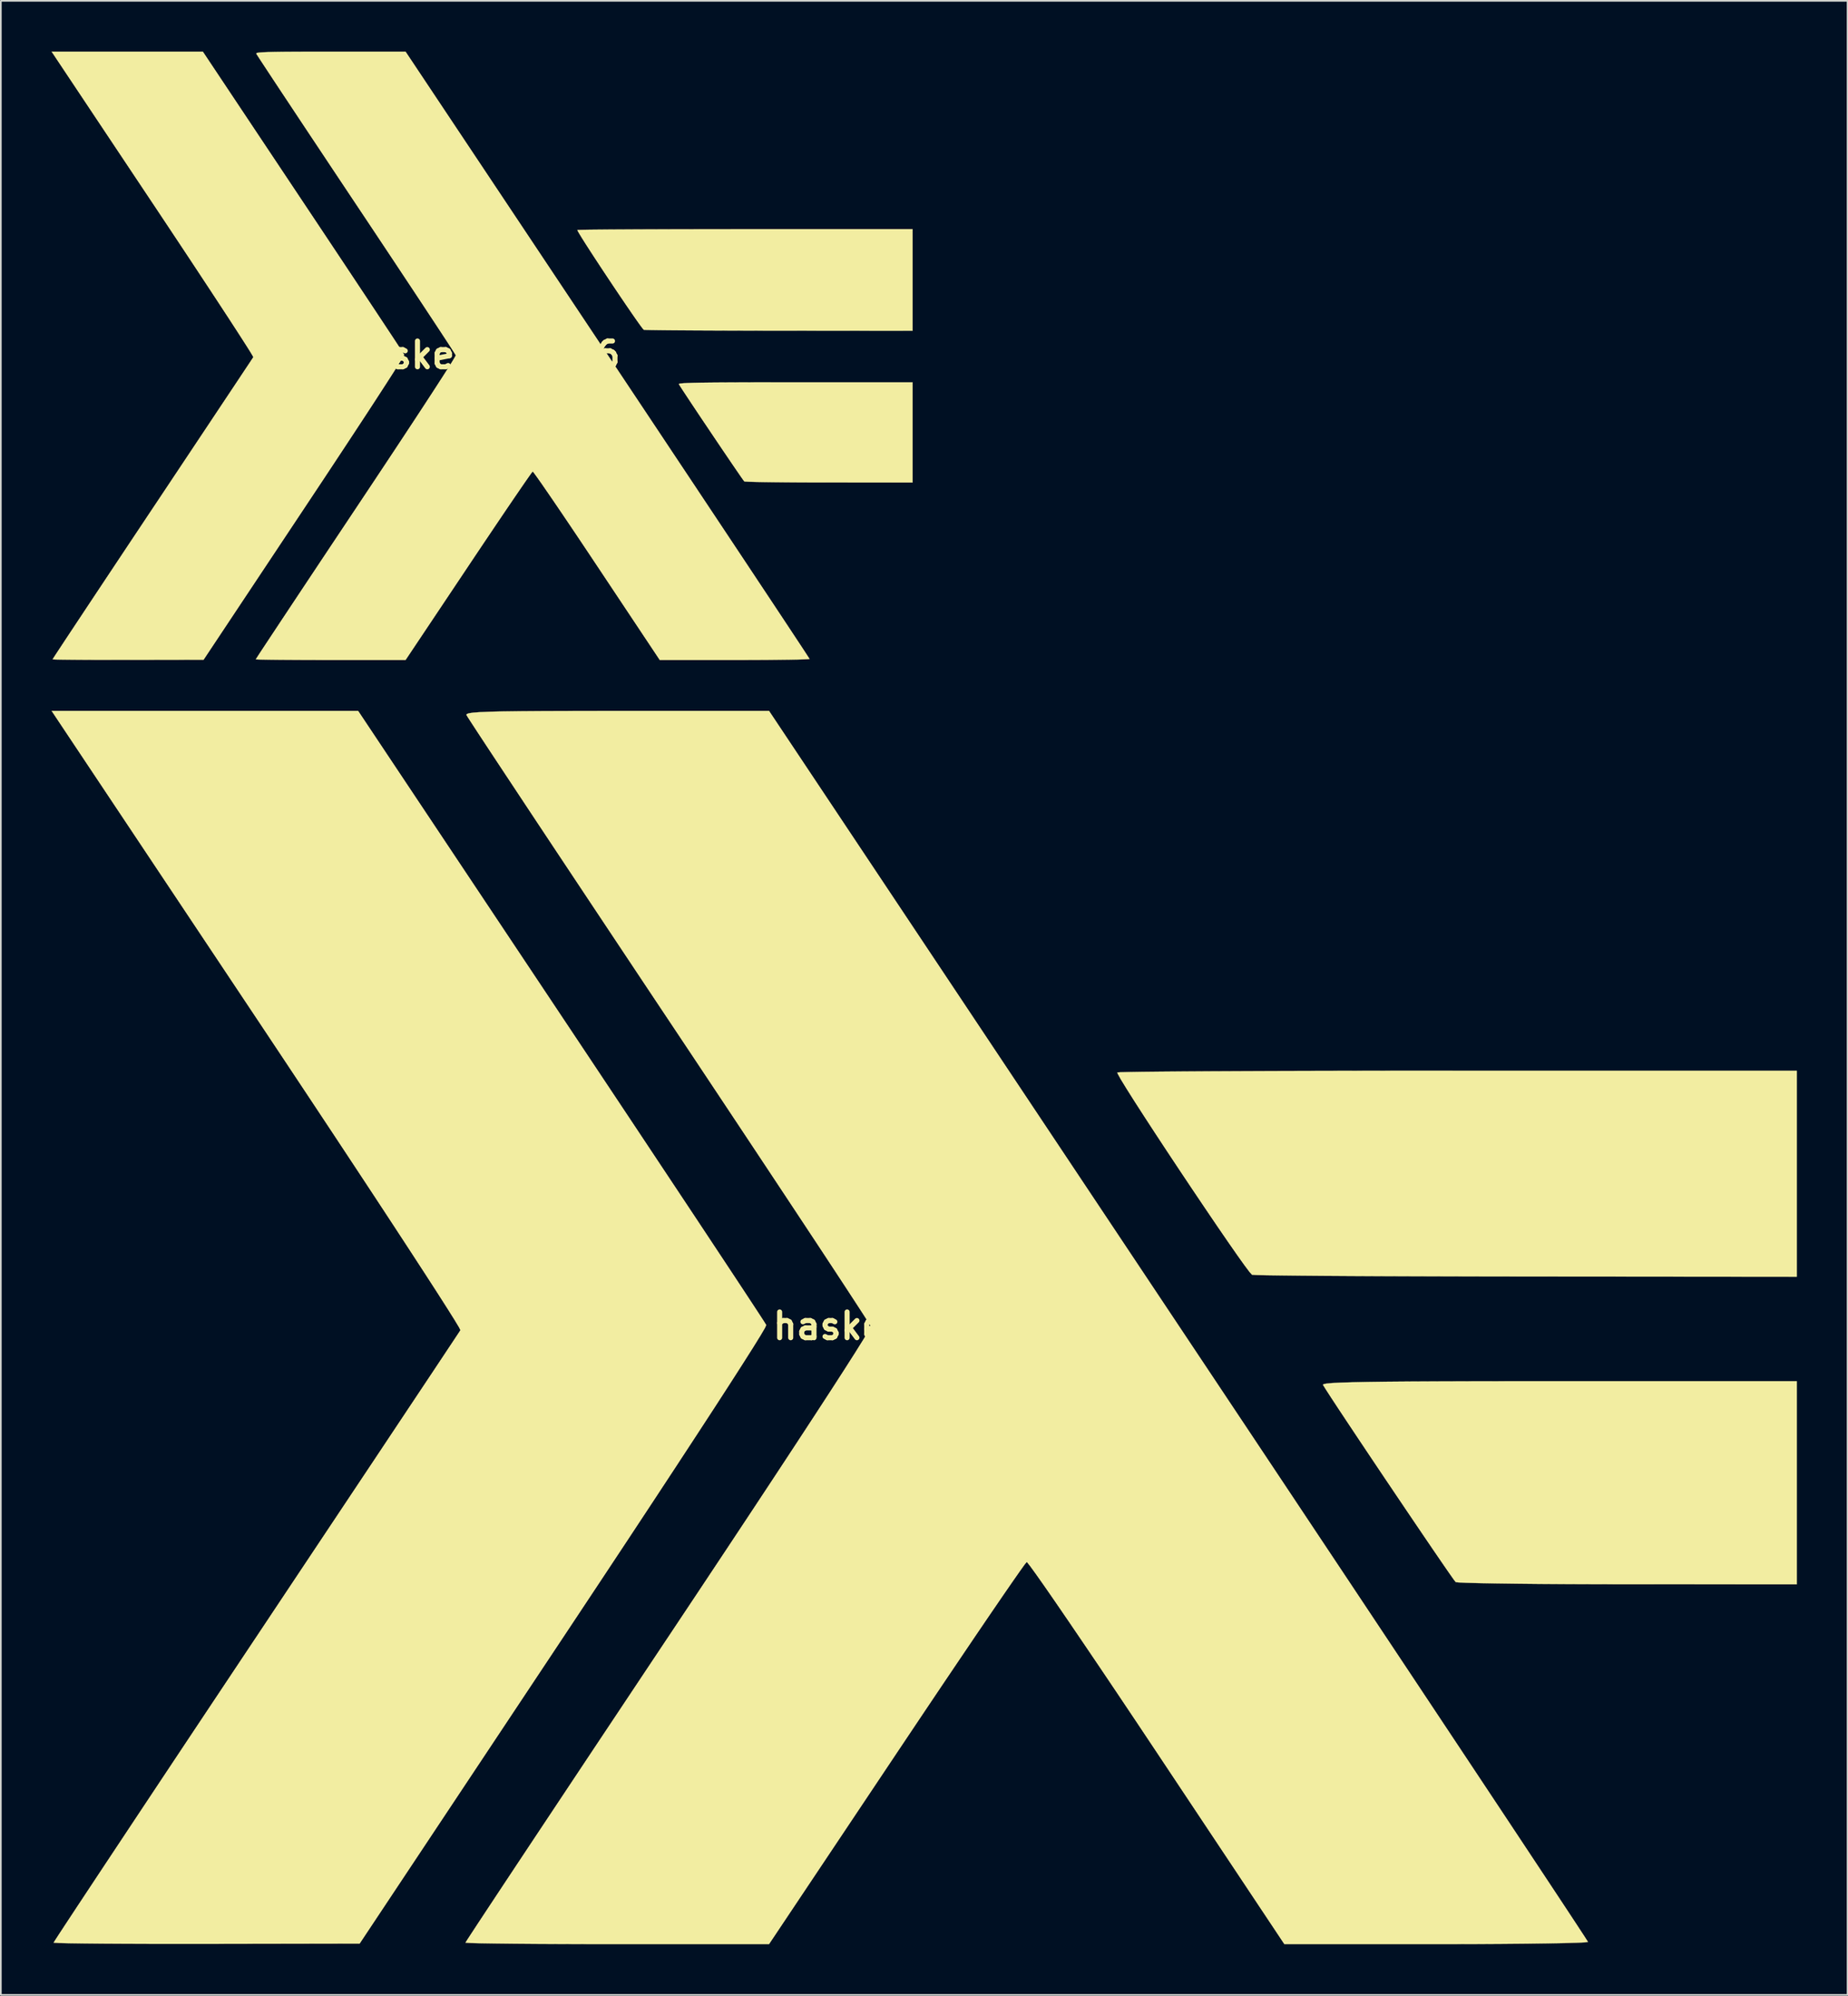
<source format=kicad_pcb>
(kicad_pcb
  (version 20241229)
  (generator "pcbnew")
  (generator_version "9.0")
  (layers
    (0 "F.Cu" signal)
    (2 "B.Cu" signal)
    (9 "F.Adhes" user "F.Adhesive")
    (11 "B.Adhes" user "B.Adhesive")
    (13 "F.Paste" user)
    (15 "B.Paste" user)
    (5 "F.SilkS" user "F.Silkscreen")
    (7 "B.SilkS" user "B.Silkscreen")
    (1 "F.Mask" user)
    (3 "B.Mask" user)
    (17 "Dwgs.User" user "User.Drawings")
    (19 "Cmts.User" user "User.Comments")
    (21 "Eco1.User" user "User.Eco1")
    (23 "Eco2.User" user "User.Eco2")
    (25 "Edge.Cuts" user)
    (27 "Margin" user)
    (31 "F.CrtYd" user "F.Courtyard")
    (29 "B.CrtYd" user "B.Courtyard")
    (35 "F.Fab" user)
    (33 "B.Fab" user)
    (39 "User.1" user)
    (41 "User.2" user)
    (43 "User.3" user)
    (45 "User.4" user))
  (footprint "haskell_102x72"
    (layer "F.Cu")
    (at 51.609 75.382)
    (property "Reference" "haskell_102x72" (at 0 0 0) (layer "F.SilkS") (effects (font (size 1.524 1.524) (thickness 0.3))))
    (attr through_hole)
    (fp_poly (pts (xy 51.658 15.274) (xy 41.661 15.272) (xy 39.837 15.269) (xy 38.114 15.263) (xy 36.523 15.253) (xy 35.095 15.239) (xy 33.86 15.223) (xy 32.85 15.205) (xy 32.095 15.185) (xy 31.626 15.163) (xy 31.476 15.143) (xy 31.355 14.987) (xy 31.07 14.582) (xy 30.644 13.964) (xy 30.102 13.172) (xy 29.469 12.241) (xy 28.77 11.209) (xy 28.03 10.113) (xy 27.273 8.989) (xy 26.524 7.873) (xy 25.809 6.804) (xy 25.152 5.818) (xy 24.577 4.952) (xy 24.11 4.242) (xy 23.776 3.725) (xy 23.62 3.475) (xy 23.658 3.436) (xy 23.835 3.401) (xy 24.168 3.37) (xy 24.678 3.345) (xy 25.381 3.323) (xy 26.297 3.305) (xy 27.443 3.29) (xy 28.839 3.279) (xy 30.503 3.271) (xy 32.452 3.265) (xy 34.706 3.262) (xy 37.283 3.261) (xy 37.575 3.261) (xy 51.658 3.261) (xy 51.658 15.274)) (stroke (width 0.01) (type solid)) (fill yes) (layer "F.SilkS"))
    (fp_poly (pts (xy 51.658 -2.918) (xy 35.654 -2.931) (xy 33.337 -2.934) (xy 31.116 -2.939) (xy 29.014 -2.945) (xy 27.058 -2.952) (xy 25.269 -2.961) (xy 23.674 -2.971) (xy 22.296 -2.982) (xy 21.159 -2.994) (xy 20.288 -3.006) (xy 19.706 -3.019) (xy 19.439 -3.032) (xy 19.425 -3.035) (xy 19.28 -3.194) (xy 18.975 -3.6) (xy 18.535 -4.217) (xy 17.984 -5.009) (xy 17.346 -5.939) (xy 16.645 -6.973) (xy 15.905 -8.072) (xy 15.15 -9.202) (xy 14.404 -10.326) (xy 13.692 -11.408) (xy 13.038 -12.412) (xy 12.465 -13.301) (xy 11.998 -14.04) (xy 11.66 -14.592) (xy 11.477 -14.921) (xy 11.452 -14.999) (xy 11.634 -15.012) (xy 12.137 -15.025) (xy 12.941 -15.038) (xy 14.024 -15.049) (xy 15.365 -15.06) (xy 16.942 -15.07) (xy 18.733 -15.078) (xy 20.719 -15.086) (xy 22.876 -15.092) (xy 25.183 -15.097) (xy 27.62 -15.101) (xy 30.165 -15.102) (xy 31.607 -15.103) (xy 51.658 -15.103) (xy 51.658 -2.918)) (stroke (width 0.01) (type solid)) (fill yes) (layer "F.SilkS"))
    (fp_poly (pts (xy -21.441 -18.346) (xy -19.942 -16.097) (xy -18.495 -13.924) (xy -17.112 -11.846) (xy -15.805 -9.879) (xy -14.584 -8.042) (xy -13.461 -6.351) (xy -12.449 -4.823) (xy -11.557 -3.476) (xy -10.798 -2.327) (xy -10.184 -1.394) (xy -9.725 -0.694) (xy -9.433 -0.244) (xy -9.32 -0.061) (xy -9.32 -0.059) (xy -9.4 0.117) (xy -9.664 0.567) (xy -10.104 1.277) (xy -10.713 2.237) (xy -11.481 3.434) (xy -12.402 4.856) (xy -13.469 6.492) (xy -14.672 8.329) (xy -16.004 10.355) (xy -17.458 12.559) (xy -19.026 14.928) (xy -20.7 17.451) (xy -21.302 18.358) (xy -33.38 36.526) (xy -42.433 36.541) (xy -44.16 36.542) (xy -45.779 36.54) (xy -47.258 36.535) (xy -48.566 36.528) (xy -49.671 36.518) (xy -50.542 36.506) (xy -51.147 36.492) (xy -51.454 36.476) (xy -51.486 36.469) (xy -51.393 36.318) (xy -51.121 35.899) (xy -50.68 35.228) (xy -50.084 34.324) (xy -49.342 33.202) (xy -48.467 31.881) (xy -47.469 30.377) (xy -46.361 28.707) (xy -45.153 26.889) (xy -43.857 24.94) (xy -42.484 22.877) (xy -41.045 20.717) (xy -39.553 18.477) (xy -39.505 18.406) (xy -38.01 16.161) (xy -36.566 13.994) (xy -35.186 11.923) (xy -33.881 9.964) (xy -32.662 8.135) (xy -31.542 6.452) (xy -30.532 4.934) (xy -29.642 3.598) (xy -28.885 2.461) (xy -28.273 1.539) (xy -27.816 0.851) (xy -27.526 0.414) (xy -27.415 0.245) (xy -27.414 0.244) (xy -27.494 0.081) (xy -27.754 -0.35) (xy -28.182 -1.032) (xy -28.767 -1.948) (xy -29.499 -3.081) (xy -30.366 -4.413) (xy -31.356 -5.928) (xy -32.459 -7.608) (xy -33.664 -9.436) (xy -34.959 -11.396) (xy -36.333 -13.469) (xy -37.774 -15.639) (xy -39.272 -17.89) (xy -39.454 -18.162) (xy -51.604 -36.384) (xy -33.467 -36.384) (xy -21.441 -18.346)) (stroke (width 0.01) (type solid)) (fill yes) (layer "F.SilkS"))
    (fp_poly (pts (xy 15.074 -0.042) (xy 17.209 3.16) (xy 19.294 6.288) (xy 21.32 9.33) (xy 23.279 12.273) (xy 25.165 15.105) (xy 26.968 17.815) (xy 28.681 20.39) (xy 30.295 22.818) (xy 31.803 25.087) (xy 33.197 27.186) (xy 34.469 29.102) (xy 35.61 30.823) (xy 36.613 32.337) (xy 37.47 33.632) (xy 38.173 34.696) (xy 38.713 35.517) (xy 39.083 36.082) (xy 39.275 36.381) (xy 39.301 36.427) (xy 39.135 36.452) (xy 38.657 36.475) (xy 37.9 36.496) (xy 36.894 36.514) (xy 35.672 36.53) (xy 34.266 36.542) (xy 32.708 36.551) (xy 31.028 36.555) (xy 30.319 36.555) (xy 21.336 36.555) (xy 13.8 25.233) (xy 12.619 23.462) (xy 11.49 21.777) (xy 10.429 20.2) (xy 9.449 18.752) (xy 8.566 17.453) (xy 7.795 16.327) (xy 7.149 15.394) (xy 6.643 14.676) (xy 6.293 14.194) (xy 6.113 13.969) (xy 6.093 13.955) (xy 5.972 14.101) (xy 5.677 14.512) (xy 5.221 15.165) (xy 4.619 16.038) (xy 3.885 17.111) (xy 3.035 18.361) (xy 2.084 19.768) (xy 1.045 21.308) (xy -0.066 22.962) (xy -1.234 24.706) (xy -1.616 25.277) (xy -9.154 36.555) (xy -18.135 36.555) (xy -19.855 36.554) (xy -21.466 36.549) (xy -22.938 36.542) (xy -24.238 36.532) (xy -25.335 36.52) (xy -26.197 36.507) (xy -26.792 36.492) (xy -27.088 36.476) (xy -27.116 36.469) (xy -27.023 36.318) (xy -26.75 35.899) (xy -26.31 35.228) (xy -25.713 34.324) (xy -24.971 33.202) (xy -24.095 31.88) (xy -23.097 30.376) (xy -21.987 28.706) (xy -20.778 26.887) (xy -19.481 24.936) (xy -18.106 22.872) (xy -16.666 20.709) (xy -15.172 18.467) (xy -15.088 18.342) (xy -13.359 15.745) (xy -11.738 13.305) (xy -10.233 11.033) (xy -8.852 8.941) (xy -7.602 7.04) (xy -6.49 5.341) (xy -5.523 3.856) (xy -4.71 2.596) (xy -4.057 1.572) (xy -3.573 0.797) (xy -3.263 0.28) (xy -3.137 0.034) (xy -3.134 0.018) (xy -3.237 -0.158) (xy -3.519 -0.602) (xy -3.969 -1.296) (xy -4.575 -2.224) (xy -5.325 -3.367) (xy -6.208 -4.708) (xy -7.213 -6.229) (xy -8.328 -7.914) (xy -9.541 -9.744) (xy -10.841 -11.703) (xy -12.217 -13.773) (xy -13.656 -15.936) (xy -15.089 -18.085) (xy -16.579 -20.32) (xy -18.016 -22.479) (xy -19.389 -24.542) (xy -20.687 -26.494) (xy -21.898 -28.316) (xy -23.01 -29.991) (xy -24.011 -31.503) (xy -24.891 -32.832) (xy -25.638 -33.962) (xy -26.24 -34.876) (xy -26.685 -35.556) (xy -26.963 -35.985) (xy -27.061 -36.144) (xy -27.04 -36.198) (xy -26.916 -36.243) (xy -26.663 -36.281) (xy -26.257 -36.311) (xy -25.671 -36.335) (xy -24.881 -36.354) (xy -23.861 -36.367) (xy -22.586 -36.376) (xy -21.031 -36.381) (xy -19.17 -36.384) (xy -18.153 -36.384) (xy -9.153 -36.384) (xy 15.074 -0.042)) (stroke (width 0.01) (type solid)) (fill yes) (layer "F.SilkS")))
  (footprint "haskell_51x36"
    (layer "F.Cu")
    (at 25.463 17.954)
    (property "Reference" "haskell_51x36" (at 0 0 0) (layer "F.SilkS") (effects (font (size 1.524 1.524) (thickness 0.3))))
    (attr through_hole)
    (fp_poly (pts (xy 25.485 7.535) (xy 20.553 7.534) (xy 19.653 7.533) (xy 18.803 7.53) (xy 18.018 7.525) (xy 17.314 7.518) (xy 16.704 7.51) (xy 16.206 7.501) (xy 15.834 7.491) (xy 15.602 7.48) (xy 15.528 7.471) (xy 15.469 7.393) (xy 15.328 7.194) (xy 15.118 6.889) (xy 14.85 6.498) (xy 14.538 6.039) (xy 14.193 5.53) (xy 13.828 4.989) (xy 13.455 4.434) (xy 13.085 3.884) (xy 12.732 3.357) (xy 12.408 2.87) (xy 12.125 2.443) (xy 11.894 2.093) (xy 11.729 1.838) (xy 11.653 1.714) (xy 11.671 1.695) (xy 11.758 1.678) (xy 11.923 1.663) (xy 12.174 1.65) (xy 12.521 1.639) (xy 12.973 1.63) (xy 13.539 1.623) (xy 14.227 1.618) (xy 15.048 1.614) (xy 16.01 1.611) (xy 17.122 1.609) (xy 18.393 1.609) (xy 18.537 1.609) (xy 25.485 1.609) (xy 25.485 7.535)) (stroke (width 0.01) (type solid)) (fill yes) (layer "F.SilkS"))
    (fp_poly (pts (xy 25.485 -1.439) (xy 17.59 -1.446) (xy 16.446 -1.447) (xy 15.35 -1.45) (xy 14.314 -1.453) (xy 13.348 -1.457) (xy 12.466 -1.461) (xy 11.679 -1.466) (xy 10.999 -1.471) (xy 10.438 -1.477) (xy 10.009 -1.483) (xy 9.722 -1.489) (xy 9.59 -1.496) (xy 9.583 -1.497) (xy 9.511 -1.575) (xy 9.361 -1.776) (xy 9.144 -2.08) (xy 8.872 -2.471) (xy 8.557 -2.93) (xy 8.211 -3.44) (xy 7.846 -3.982) (xy 7.474 -4.54) (xy 7.106 -5.094) (xy 6.755 -5.628) (xy 6.432 -6.123) (xy 6.149 -6.562) (xy 5.919 -6.926) (xy 5.752 -7.199) (xy 5.662 -7.361) (xy 5.65 -7.4) (xy 5.739 -7.406) (xy 5.988 -7.412) (xy 6.384 -7.419) (xy 6.919 -7.424) (xy 7.58 -7.43) (xy 8.358 -7.434) (xy 9.242 -7.439) (xy 10.221 -7.442) (xy 11.285 -7.446) (xy 12.424 -7.448) (xy 13.626 -7.45) (xy 14.881 -7.451) (xy 15.593 -7.451) (xy 25.485 -7.451) (xy 25.485 -1.439)) (stroke (width 0.01) (type solid)) (fill yes) (layer "F.SilkS"))
    (fp_poly (pts (xy -10.578 -9.051) (xy -9.838 -7.941) (xy -9.124 -6.869) (xy -8.442 -5.844) (xy -7.797 -4.874) (xy -7.195 -3.967) (xy -6.641 -3.133) (xy -6.141 -2.379) (xy -5.702 -1.715) (xy -5.327 -1.148) (xy -5.024 -0.688) (xy -4.798 -0.342) (xy -4.654 -0.12) (xy -4.598 -0.03) (xy -4.598 -0.029) (xy -4.637 0.058) (xy -4.768 0.28) (xy -4.985 0.63) (xy -5.285 1.104) (xy -5.664 1.694) (xy -6.119 2.396) (xy -6.644 3.203) (xy -7.238 4.109) (xy -7.895 5.108) (xy -8.613 6.196) (xy -9.386 7.365) (xy -10.212 8.609) (xy -10.509 9.056) (xy -16.468 18.02) (xy -20.934 18.027) (xy -21.786 18.027) (xy -22.584 18.026) (xy -23.314 18.024) (xy -23.959 18.02) (xy -24.505 18.015) (xy -24.934 18.01) (xy -25.232 18.003) (xy -25.384 17.995) (xy -25.4 17.991) (xy -25.354 17.917) (xy -25.22 17.71) (xy -25.002 17.379) (xy -24.708 16.933) (xy -24.342 16.38) (xy -23.91 15.728) (xy -23.418 14.986) (xy -22.871 14.162) (xy -22.275 13.265) (xy -21.636 12.304) (xy -20.959 11.286) (xy -20.249 10.22) (xy -19.513 9.115) (xy -19.489 9.08) (xy -18.751 7.973) (xy -18.039 6.904) (xy -17.358 5.882) (xy -16.714 4.915) (xy -16.113 4.013) (xy -15.561 3.183) (xy -15.062 2.434) (xy -14.623 1.775) (xy -14.25 1.214) (xy -13.948 0.759) (xy -13.722 0.42) (xy -13.579 0.204) (xy -13.525 0.121) (xy -13.524 0.12) (xy -13.564 0.04) (xy -13.692 -0.173) (xy -13.903 -0.509) (xy -14.192 -0.961) (xy -14.553 -1.52) (xy -14.98 -2.177) (xy -15.469 -2.924) (xy -16.013 -3.753) (xy -16.608 -4.655) (xy -17.246 -5.622) (xy -17.924 -6.645) (xy -18.635 -7.715) (xy -19.374 -8.826) (xy -19.464 -8.96) (xy -25.458 -17.949) (xy -16.51 -17.949) (xy -10.578 -9.051)) (stroke (width 0.01) (type solid)) (fill yes) (layer "F.SilkS"))
    (fp_poly (pts (xy 7.437 -0.021) (xy 8.49 1.559) (xy 9.518 3.102) (xy 10.518 4.603) (xy 11.484 6.055) (xy 12.415 7.452) (xy 13.304 8.789) (xy 14.149 10.059) (xy 14.946 11.257) (xy 15.69 12.376) (xy 16.377 13.412) (xy 17.005 14.357) (xy 17.568 15.206) (xy 18.063 15.953) (xy 18.485 16.592) (xy 18.832 17.116) (xy 19.098 17.521) (xy 19.281 17.801) (xy 19.376 17.948) (xy 19.389 17.971) (xy 19.307 17.983) (xy 19.071 17.994) (xy 18.697 18.005) (xy 18.201 18.014) (xy 17.598 18.021) (xy 16.905 18.028) (xy 16.136 18.032) (xy 15.307 18.034) (xy 14.957 18.034) (xy 10.526 18.034) (xy 6.808 12.449) (xy 6.225 11.575) (xy 5.669 10.744) (xy 5.145 9.965) (xy 4.662 9.251) (xy 4.226 8.61) (xy 3.845 8.055) (xy 3.527 7.594) (xy 3.277 7.24) (xy 3.105 7.002) (xy 3.016 6.891) (xy 3.006 6.885) (xy 2.946 6.957) (xy 2.801 7.159) (xy 2.576 7.481) (xy 2.279 7.912) (xy 1.917 8.441) (xy 1.497 9.058) (xy 1.028 9.752) (xy 0.516 10.512) (xy -0.033 11.328) (xy -0.609 12.188) (xy -0.797 12.47) (xy -4.516 18.034) (xy -8.947 18.034) (xy -9.795 18.033) (xy -10.59 18.031) (xy -11.316 18.027) (xy -11.958 18.023) (xy -12.499 18.017) (xy -12.924 18.01) (xy -13.217 18.003) (xy -13.364 17.995) (xy -13.377 17.991) (xy -13.331 17.917) (xy -13.197 17.71) (xy -12.98 17.379) (xy -12.685 16.933) (xy -12.319 16.38) (xy -11.887 15.728) (xy -11.394 14.985) (xy -10.847 14.161) (xy -10.251 13.264) (xy -9.611 12.302) (xy -8.933 11.283) (xy -8.222 10.217) (xy -7.485 9.11) (xy -7.444 9.049) (xy -6.59 7.767) (xy -5.791 6.564) (xy -5.048 5.443) (xy -4.367 4.411) (xy -3.75 3.473) (xy -3.202 2.635) (xy -2.725 1.902) (xy -2.324 1.281) (xy -2.002 0.776) (xy -1.763 0.393) (xy -1.61 0.138) (xy -1.547 0.017) (xy -1.546 0.009) (xy -1.597 -0.078) (xy -1.736 -0.297) (xy -1.958 -0.64) (xy -2.257 -1.097) (xy -2.627 -1.661) (xy -3.063 -2.322) (xy -3.558 -3.073) (xy -4.108 -3.904) (xy -4.707 -4.807) (xy -5.348 -5.774) (xy -6.027 -6.795) (xy -6.737 -7.862) (xy -7.444 -8.922) (xy -8.179 -10.025) (xy -8.888 -11.089) (xy -9.565 -12.108) (xy -10.206 -13.07) (xy -10.803 -13.969) (xy -11.351 -14.796) (xy -11.846 -15.541) (xy -12.28 -16.197) (xy -12.648 -16.755) (xy -12.945 -17.206) (xy -13.165 -17.541) (xy -13.302 -17.753) (xy -13.35 -17.831) (xy -13.34 -17.858) (xy -13.279 -17.88) (xy -13.154 -17.898) (xy -12.953 -17.913) (xy -12.665 -17.925) (xy -12.275 -17.934) (xy -11.772 -17.941) (xy -11.143 -17.945) (xy -10.375 -17.948) (xy -9.457 -17.949) (xy -8.955 -17.949) (xy -4.515 -17.949) (xy 7.437 -0.021)) (stroke (width 0.01) (type solid)) (fill yes) (layer "F.SilkS")))
  (gr_rect
    (start -3 -3)
    (end 106.272 114.943)
    (stroke (width 0.1) (type default))
    (fill no)
    (layer "Edge.Cuts")))
</source>
